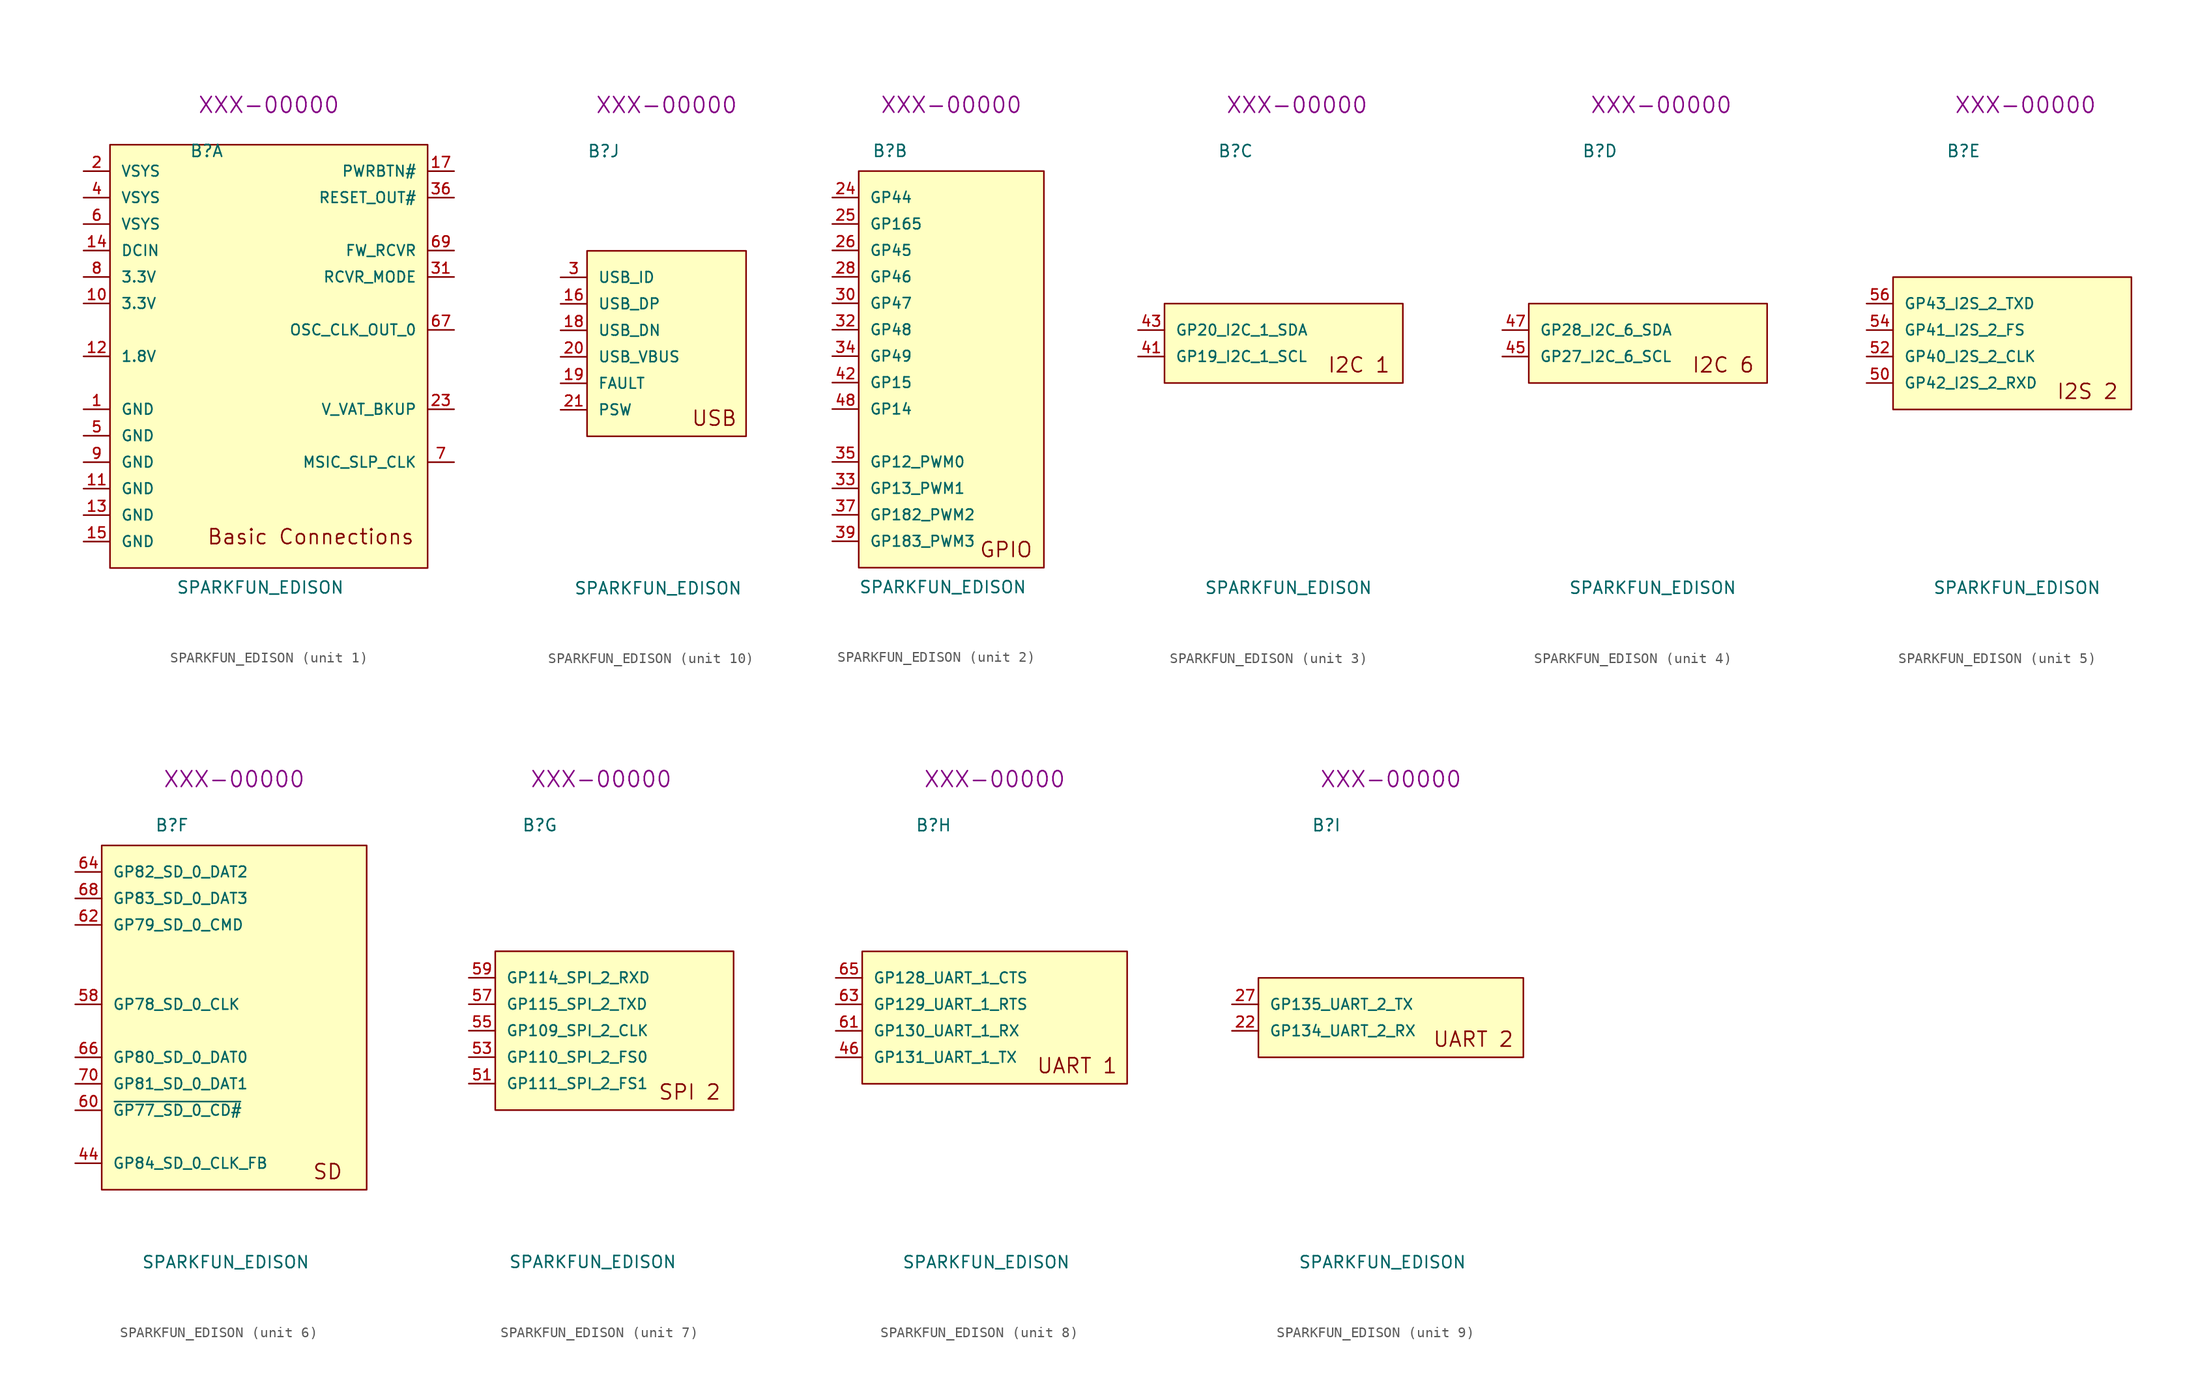
<source format=kicad_sym>
(kicad_symbol_lib
  (version 20220914)
  (generator kicad_symbol_editor)
  (symbol "SPARKFUN_EDISON"
    (pin_names
      (offset 1.016))
    (property "Reference" "B"
      (at -7.62 19.05 0)
      (effects (font (size 1.143 1.143)) (justify left bottom)))
    (property "Value" "SPARKFUN_EDISON"
      (at -8.89 -22.86 0)
      (effects (font (size 1.143 1.143)) (justify left bottom)))
    (property "Field4" "XXX-00000"
      (at 0 24.13 0)
      (effects (font (size 1.524 1.524))))
    (property "ki_locked" ""
      (at 0 0 0)
      (effects (font (size 1.27 1.27))))
    (symbol "SPARKFUN_EDISON_1_0"
      (text "Basic Connections" (at 4.013 -17.323 0) (effects (font (size 1.422 1.422)))))
    (symbol "SPARKFUN_EDISON_1_1"
      (polyline (pts (xy -15.24 20.32) (xy 15.24 20.32) (xy 15.24 -20.32) (xy -15.24 -20.32) (xy -15.24 20.32)) (stroke (width 0) (type solid)) (fill (type background)))
      (pin power_in line (at -17.78 -5.08 0) (length 2.54) (name "GND" (effects (font (size 1.016 1.016)))) (number "1" (effects (font (size 1.016 1.016)))))
      (pin power_in line (at -17.78 5.08 0) (length 2.54) (name "3.3V" (effects (font (size 1.016 1.016)))) (number "10" (effects (font (size 1.016 1.016)))))
      (pin power_in line (at -17.78 -12.7 0) (length 2.54) (name "GND" (effects (font (size 1.016 1.016)))) (number "11" (effects (font (size 1.016 1.016)))))
      (pin power_in line (at -17.78 0 0) (length 2.54) (name "1.8V" (effects (font (size 1.016 1.016)))) (number "12" (effects (font (size 1.016 1.016)))))
      (pin power_in line (at -17.78 -15.24 0) (length 2.54) (name "GND" (effects (font (size 1.016 1.016)))) (number "13" (effects (font (size 1.016 1.016)))))
      (pin power_in line (at -17.78 10.16 0) (length 2.54) (name "DCIN" (effects (font (size 1.016 1.016)))) (number "14" (effects (font (size 1.016 1.016)))))
      (pin power_in line (at -17.78 -17.78 0) (length 2.54) (name "GND" (effects (font (size 1.016 1.016)))) (number "15" (effects (font (size 1.016 1.016)))))
      (pin bidirectional line (at 17.78 17.78 180) (length 2.54) (name "PWRBTN#" (effects (font (size 1.016 1.016)))) (number "17" (effects (font (size 1.016 1.016)))))
      (pin power_in line (at -17.78 17.78 0) (length 2.54) (name "VSYS" (effects (font (size 1.016 1.016)))) (number "2" (effects (font (size 1.016 1.016)))))
      (pin power_in line (at 17.78 -5.08 180) (length 2.54) (name "V_VAT_BKUP" (effects (font (size 1.016 1.016)))) (number "23" (effects (font (size 1.016 1.016)))))
      (pin bidirectional line (at 17.78 7.62 180) (length 2.54) (name "RCVR_MODE" (effects (font (size 1.016 1.016)))) (number "31" (effects (font (size 1.016 1.016)))))
      (pin bidirectional line (at 17.78 15.24 180) (length 2.54) (name "RESET_OUT#" (effects (font (size 1.016 1.016)))) (number "36" (effects (font (size 1.016 1.016)))))
      (pin power_in line (at -17.78 15.24 0) (length 2.54) (name "VSYS" (effects (font (size 1.016 1.016)))) (number "4" (effects (font (size 1.016 1.016)))))
      (pin power_in line (at -17.78 -7.62 0) (length 2.54) (name "GND" (effects (font (size 1.016 1.016)))) (number "5" (effects (font (size 1.016 1.016)))))
      (pin power_in line (at -17.78 12.7 0) (length 2.54) (name "VSYS" (effects (font (size 1.016 1.016)))) (number "6" (effects (font (size 1.016 1.016)))))
      (pin bidirectional line (at 17.78 2.54 180) (length 2.54) (name "OSC_CLK_OUT_0" (effects (font (size 1.016 1.016)))) (number "67" (effects (font (size 1.016 1.016)))))
      (pin bidirectional line (at 17.78 10.16 180) (length 2.54) (name "FW_RCVR" (effects (font (size 1.016 1.016)))) (number "69" (effects (font (size 1.016 1.016)))))
      (pin bidirectional line (at 17.78 -10.16 180) (length 2.54) (name "MSIC_SLP_CLK" (effects (font (size 1.016 1.016)))) (number "7" (effects (font (size 1.016 1.016)))))
      (pin power_in line (at -17.78 7.62 0) (length 2.54) (name "3.3V" (effects (font (size 1.016 1.016)))) (number "8" (effects (font (size 1.016 1.016)))))
      (pin power_in line (at -17.78 -10.16 0) (length 2.54) (name "GND" (effects (font (size 1.016 1.016)))) (number "9" (effects (font (size 1.016 1.016))))))
    (symbol "SPARKFUN_EDISON_2_0"
      (text "GPIO" (at 5.258 -18.593 0) (effects (font (size 1.422 1.422)))))
    (symbol "SPARKFUN_EDISON_2_1"
      (polyline (pts (xy -8.89 17.78) (xy 8.89 17.78) (xy 8.89 -20.32) (xy -8.89 -20.32) (xy -8.89 17.78)) (stroke (width 0) (type solid)) (fill (type background)))
      (pin bidirectional line (at -11.43 15.24 0) (length 2.54) (name "GP44" (effects (font (size 1.016 1.016)))) (number "24" (effects (font (size 1.016 1.016)))))
      (pin bidirectional line (at -11.43 12.7 0) (length 2.54) (name "GP165" (effects (font (size 1.016 1.016)))) (number "25" (effects (font (size 1.016 1.016)))))
      (pin bidirectional line (at -11.43 10.16 0) (length 2.54) (name "GP45" (effects (font (size 1.016 1.016)))) (number "26" (effects (font (size 1.016 1.016)))))
      (pin bidirectional line (at -11.43 7.62 0) (length 2.54) (name "GP46" (effects (font (size 1.016 1.016)))) (number "28" (effects (font (size 1.016 1.016)))))
      (pin bidirectional line (at -11.43 5.08 0) (length 2.54) (name "GP47" (effects (font (size 1.016 1.016)))) (number "30" (effects (font (size 1.016 1.016)))))
      (pin bidirectional line (at -11.43 2.54 0) (length 2.54) (name "GP48" (effects (font (size 1.016 1.016)))) (number "32" (effects (font (size 1.016 1.016)))))
      (pin bidirectional line (at -11.43 -12.7 0) (length 2.54) (name "GP13_PWM1" (effects (font (size 1.016 1.016)))) (number "33" (effects (font (size 1.016 1.016)))))
      (pin bidirectional line (at -11.43 0 0) (length 2.54) (name "GP49" (effects (font (size 1.016 1.016)))) (number "34" (effects (font (size 1.016 1.016)))))
      (pin bidirectional line (at -11.43 -10.16 0) (length 2.54) (name "GP12_PWM0" (effects (font (size 1.016 1.016)))) (number "35" (effects (font (size 1.016 1.016)))))
      (pin bidirectional line (at -11.43 -15.24 0) (length 2.54) (name "GP182_PWM2" (effects (font (size 1.016 1.016)))) (number "37" (effects (font (size 1.016 1.016)))))
      (pin bidirectional line (at -11.43 -17.78 0) (length 2.54) (name "GP183_PWM3" (effects (font (size 1.016 1.016)))) (number "39" (effects (font (size 1.016 1.016)))))
      (pin bidirectional line (at -11.43 -2.54 0) (length 2.54) (name "GP15" (effects (font (size 1.016 1.016)))) (number "42" (effects (font (size 1.016 1.016)))))
      (pin bidirectional line (at -11.43 -5.08 0) (length 2.54) (name "GP14" (effects (font (size 1.016 1.016)))) (number "48" (effects (font (size 1.016 1.016))))))
    (symbol "SPARKFUN_EDISON_3_0"
      (text "I2C 1" (at 5.944 -0.813 0) (effects (font (size 1.422 1.422)))))
    (symbol "SPARKFUN_EDISON_3_1"
      (polyline (pts (xy -12.7 5.08) (xy 10.16 5.08) (xy 10.16 -2.54) (xy -12.7 -2.54) (xy -12.7 5.08)) (stroke (width 0) (type solid)) (fill (type background)))
      (pin bidirectional line (at -15.24 0 0) (length 2.54) (name "GP19_I2C_1_SCL" (effects (font (size 1.016 1.016)))) (number "41" (effects (font (size 1.016 1.016)))))
      (pin bidirectional line (at -15.24 2.54 0) (length 2.54) (name "GP20_I2C_1_SDA" (effects (font (size 1.016 1.016)))) (number "43" (effects (font (size 1.016 1.016))))))
    (symbol "SPARKFUN_EDISON_4_0"
      (text "I2C 6" (at 5.944 -0.813 0) (effects (font (size 1.422 1.422)))))
    (symbol "SPARKFUN_EDISON_4_1"
      (polyline (pts (xy -12.7 5.08) (xy 10.16 5.08) (xy 10.16 -2.54) (xy -12.7 -2.54) (xy -12.7 5.08)) (stroke (width 0) (type solid)) (fill (type background)))
      (pin bidirectional line (at -15.24 0 0) (length 2.54) (name "GP27_I2C_6_SCL" (effects (font (size 1.016 1.016)))) (number "45" (effects (font (size 1.016 1.016)))))
      (pin bidirectional line (at -15.24 2.54 0) (length 2.54) (name "GP28_I2C_6_SDA" (effects (font (size 1.016 1.016)))) (number "47" (effects (font (size 1.016 1.016))))))
    (symbol "SPARKFUN_EDISON_5_0"
      (text "I2S 2" (at 5.944 -3.353 0) (effects (font (size 1.422 1.422)))))
    (symbol "SPARKFUN_EDISON_5_1"
      (polyline (pts (xy -12.7 7.62) (xy 10.16 7.62) (xy 10.16 -5.08) (xy -12.7 -5.08) (xy -12.7 7.62)) (stroke (width 0) (type solid)) (fill (type background)))
      (pin bidirectional line (at -15.24 -2.54 0) (length 2.54) (name "GP42_I2S_2_RXD" (effects (font (size 1.016 1.016)))) (number "50" (effects (font (size 1.016 1.016)))))
      (pin bidirectional line (at -15.24 0 0) (length 2.54) (name "GP40_I2S_2_CLK" (effects (font (size 1.016 1.016)))) (number "52" (effects (font (size 1.016 1.016)))))
      (pin bidirectional line (at -15.24 2.54 0) (length 2.54) (name "GP41_I2S_2_FS" (effects (font (size 1.016 1.016)))) (number "54" (effects (font (size 1.016 1.016)))))
      (pin bidirectional line (at -15.24 5.08 0) (length 2.54) (name "GP43_I2S_2_TXD" (effects (font (size 1.016 1.016)))) (number "56" (effects (font (size 1.016 1.016))))))
    (symbol "SPARKFUN_EDISON_6_0"
      (text "SD" (at 8.966 -13.513 0) (effects (font (size 1.422 1.422)))))
    (symbol "SPARKFUN_EDISON_6_1"
      (polyline (pts (xy -12.7 17.78) (xy 12.7 17.78) (xy 12.7 -15.24) (xy -12.7 -15.24) (xy -12.7 17.78)) (stroke (width 0) (type solid)) (fill (type background)))
      (pin bidirectional line (at -15.24 -12.7 0) (length 2.54) (name "GP84_SD_0_CLK_FB" (effects (font (size 1.016 1.016)))) (number "44" (effects (font (size 1.016 1.016)))))
      (pin bidirectional line (at -15.24 2.54 0) (length 2.54) (name "GP78_SD_0_CLK" (effects (font (size 1.016 1.016)))) (number "58" (effects (font (size 1.016 1.016)))))
      (pin bidirectional line (at -15.24 -7.62 0) (length 2.54) (name "~{GP77_SD_0_CD#}" (effects (font (size 1.016 1.016)))) (number "60" (effects (font (size 1.016 1.016)))))
      (pin bidirectional line (at -15.24 10.16 0) (length 2.54) (name "GP79_SD_0_CMD" (effects (font (size 1.016 1.016)))) (number "62" (effects (font (size 1.016 1.016)))))
      (pin bidirectional line (at -15.24 15.24 0) (length 2.54) (name "GP82_SD_0_DAT2" (effects (font (size 1.016 1.016)))) (number "64" (effects (font (size 1.016 1.016)))))
      (pin bidirectional line (at -15.24 -2.54 0) (length 2.54) (name "GP80_SD_0_DAT0" (effects (font (size 1.016 1.016)))) (number "66" (effects (font (size 1.016 1.016)))))
      (pin bidirectional line (at -15.24 12.7 0) (length 2.54) (name "GP83_SD_0_DAT3" (effects (font (size 1.016 1.016)))) (number "68" (effects (font (size 1.016 1.016)))))
      (pin bidirectional line (at -15.24 -5.08 0) (length 2.54) (name "GP81_SD_0_DAT1" (effects (font (size 1.016 1.016)))) (number "70" (effects (font (size 1.016 1.016))))))
    (symbol "SPARKFUN_EDISON_7_0"
      (text "SPI 2" (at 8.484 -5.893 0) (effects (font (size 1.422 1.422)))))
    (symbol "SPARKFUN_EDISON_7_1"
      (polyline (pts (xy -10.16 7.62) (xy 12.7 7.62) (xy 12.7 -7.62) (xy -10.16 -7.62) (xy -10.16 7.62)) (stroke (width 0) (type solid)) (fill (type background)))
      (pin bidirectional line (at -12.7 -5.08 0) (length 2.54) (name "GP111_SPI_2_FS1" (effects (font (size 1.016 1.016)))) (number "51" (effects (font (size 1.016 1.016)))))
      (pin bidirectional line (at -12.7 -2.54 0) (length 2.54) (name "GP110_SPI_2_FS0" (effects (font (size 1.016 1.016)))) (number "53" (effects (font (size 1.016 1.016)))))
      (pin bidirectional line (at -12.7 0 0) (length 2.54) (name "GP109_SPI_2_CLK" (effects (font (size 1.016 1.016)))) (number "55" (effects (font (size 1.016 1.016)))))
      (pin bidirectional line (at -12.7 2.54 0) (length 2.54) (name "GP115_SPI_2_TXD" (effects (font (size 1.016 1.016)))) (number "57" (effects (font (size 1.016 1.016)))))
      (pin bidirectional line (at -12.7 5.08 0) (length 2.54) (name "GP114_SPI_2_RXD" (effects (font (size 1.016 1.016)))) (number "59" (effects (font (size 1.016 1.016))))))
    (symbol "SPARKFUN_EDISON_8_0"
      (text "UART 1" (at 7.899 -3.353 0) (effects (font (size 1.422 1.422)))))
    (symbol "SPARKFUN_EDISON_8_1"
      (polyline (pts (xy -12.7 7.62) (xy 12.7 7.62) (xy 12.7 -5.08) (xy -12.7 -5.08) (xy -12.7 7.62)) (stroke (width 0) (type solid)) (fill (type background)))
      (pin bidirectional line (at -15.24 -2.54 0) (length 2.54) (name "GP131_UART_1_TX" (effects (font (size 1.016 1.016)))) (number "46" (effects (font (size 1.016 1.016)))))
      (pin bidirectional line (at -15.24 0 0) (length 2.54) (name "GP130_UART_1_RX" (effects (font (size 1.016 1.016)))) (number "61" (effects (font (size 1.016 1.016)))))
      (pin bidirectional line (at -15.24 2.54 0) (length 2.54) (name "GP129_UART_1_RTS" (effects (font (size 1.016 1.016)))) (number "63" (effects (font (size 1.016 1.016)))))
      (pin bidirectional line (at -15.24 5.08 0) (length 2.54) (name "GP128_UART_1_CTS" (effects (font (size 1.016 1.016)))) (number "65" (effects (font (size 1.016 1.016))))))
    (symbol "SPARKFUN_EDISON_9_0"
      (text "UART 2" (at 7.899 -0.813 0) (effects (font (size 1.422 1.422)))))
    (symbol "SPARKFUN_EDISON_9_1"
      (polyline (pts (xy -12.7 5.08) (xy 12.7 5.08) (xy 12.7 -2.54) (xy -12.7 -2.54) (xy -12.7 5.08)) (stroke (width 0) (type solid)) (fill (type background)))
      (pin bidirectional line (at -15.24 0 0) (length 2.54) (name "GP134_UART_2_RX" (effects (font (size 1.016 1.016)))) (number "22" (effects (font (size 1.016 1.016)))))
      (pin bidirectional line (at -15.24 2.54 0) (length 2.54) (name "GP135_UART_2_TX" (effects (font (size 1.016 1.016)))) (number "27" (effects (font (size 1.016 1.016))))))
    (symbol "SPARKFUN_EDISON_10_0"
      (text "USB" (at 4.572 -5.893 0) (effects (font (size 1.422 1.422)))))
    (symbol "SPARKFUN_EDISON_10_1"
      (polyline (pts (xy -7.62 10.16) (xy 7.62 10.16) (xy 7.62 -7.62) (xy -7.62 -7.62) (xy -7.62 10.16)) (stroke (width 0) (type solid)) (fill (type background)))
      (pin bidirectional line (at -10.16 5.08 0) (length 2.54) (name "USB_DP" (effects (font (size 1.016 1.016)))) (number "16" (effects (font (size 1.016 1.016)))))
      (pin bidirectional line (at -10.16 2.54 0) (length 2.54) (name "USB_DN" (effects (font (size 1.016 1.016)))) (number "18" (effects (font (size 1.016 1.016)))))
      (pin bidirectional line (at -10.16 -2.54 0) (length 2.54) (name "FAULT" (effects (font (size 1.016 1.016)))) (number "19" (effects (font (size 1.016 1.016)))))
      (pin bidirectional line (at -10.16 0 0) (length 2.54) (name "USB_VBUS" (effects (font (size 1.016 1.016)))) (number "20" (effects (font (size 1.016 1.016)))))
      (pin bidirectional line (at -10.16 -5.08 0) (length 2.54) (name "PSW" (effects (font (size 1.016 1.016)))) (number "21" (effects (font (size 1.016 1.016)))))
      (pin bidirectional line (at -10.16 7.62 0) (length 2.54) (name "USB_ID" (effects (font (size 1.016 1.016)))) (number "3" (effects (font (size 1.016 1.016))))))))
</source>
